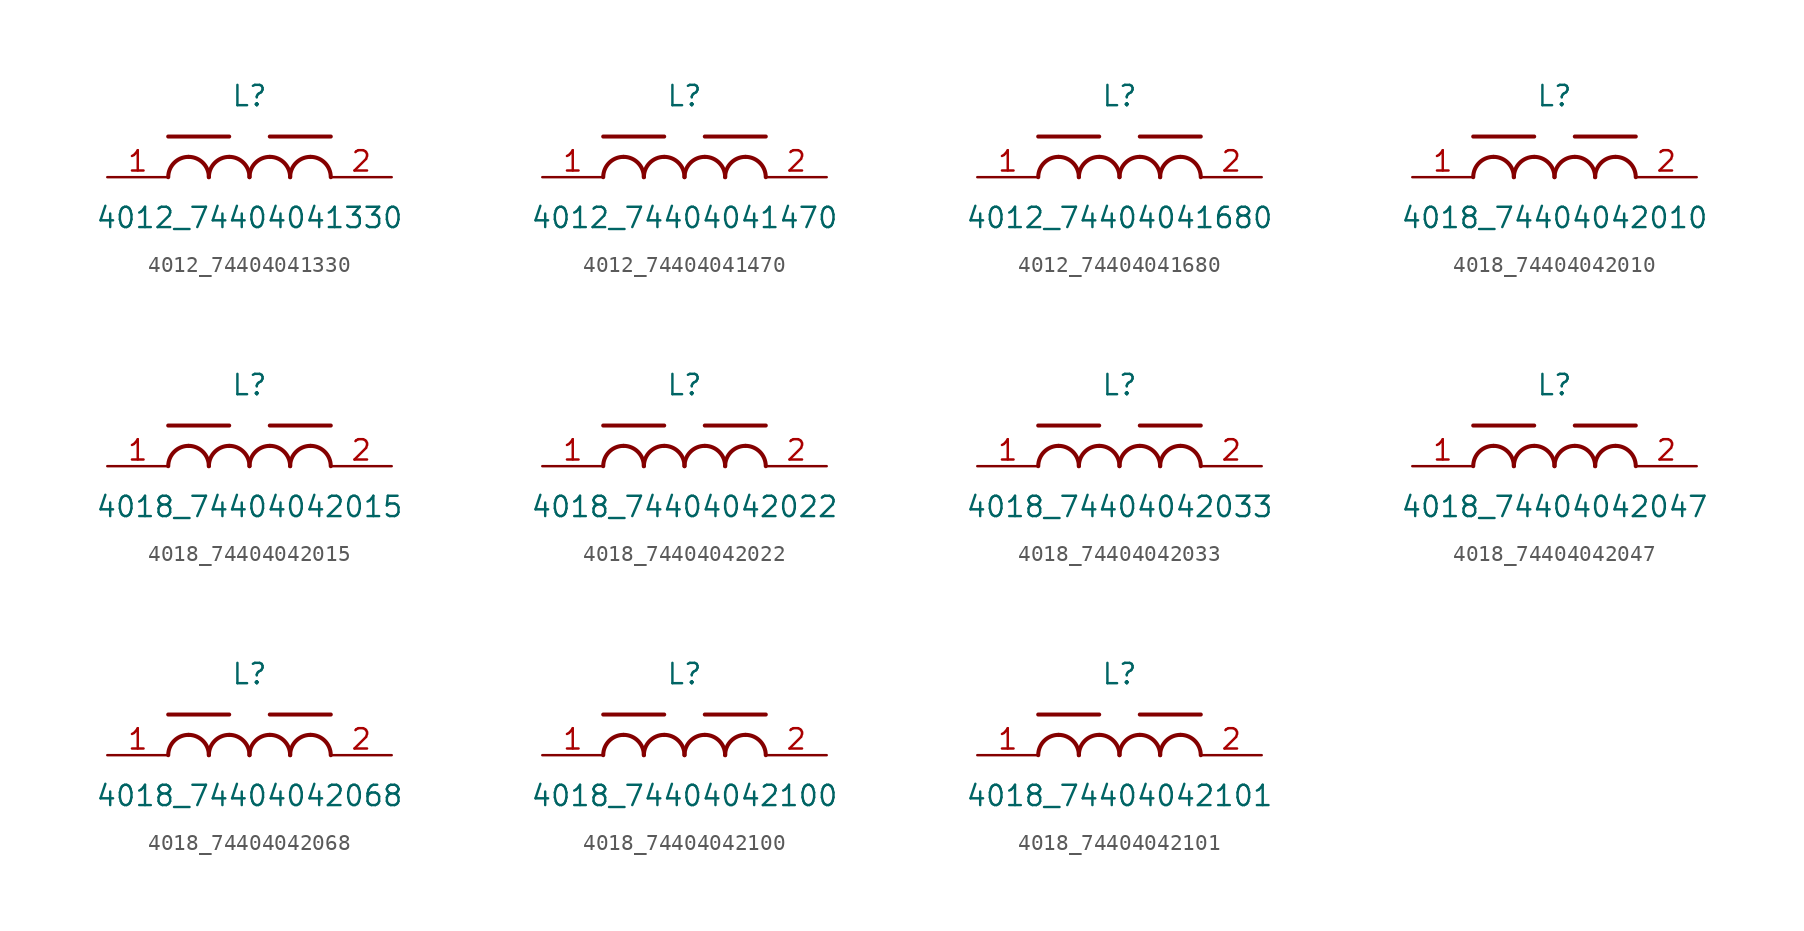
<source format=kicad_sym>
(kicad_symbol_lib
  (version 20211014)
  (generator kicad_symbol_editor)
  (symbol "Inductor_Wurth_WE-LQS:4012_74404041330"
    (pin_names hide)
    (property "Reference" "L"
      (at 0 5.08 0)
      (effects (font (size 1.27 1.27))))
    (property "Value" "4012_74404041330"
      (at 0 -2.54 0)
      (effects (font (size 1.27 1.27))))
    (symbol "4012_74404041330_0_1"
      (arc (start -3.81 1.27) (mid -4.708 0.898) (end -5.08 0) (stroke (width 0.254) (type default) (color 0 0 0 0)) (fill (type none)))
      (arc (start -2.54 0) (mid -2.912 0.898) (end -3.81 1.27) (stroke (width 0.254) (type default) (color 0 0 0 0)) (fill (type none)))
      (arc (start -1.2699 1.2701) (mid -2.1679 0.8981) (end -2.5399 0.0001) (stroke (width 0.254) (type default) (color 0 0 0 0)) (fill (type none)))
      (polyline (pts (xy -5.08 2.54) (xy -1.27 2.54)) (stroke (width 0.254) (type default) (color 0 0 0 0)) (fill (type none)))
      (polyline (pts (xy 5.08 2.54) (xy 1.27 2.54)) (stroke (width 0.254) (type default) (color 0 0 0 0)) (fill (type none)))
      (arc (start 0.0001 0.0001) (mid -0.3719 0.8981) (end -1.2699 1.2701) (stroke (width 0.254) (type default) (color 0 0 0 0)) (fill (type none)))
      (arc (start 1.2701 1.2701) (mid 0.3721 0.8981) (end 0.0001 0.0001) (stroke (width 0.254) (type default) (color 0 0 0 0)) (fill (type none)))
      (arc (start 2.5401 0.0001) (mid 2.1681 0.8981) (end 1.2701 1.2701) (stroke (width 0.254) (type default) (color 0 0 0 0)) (fill (type none)))
      (arc (start 3.8101 1.2701) (mid 2.9121 0.8981) (end 2.5401 0.0001) (stroke (width 0.254) (type default) (color 0 0 0 0)) (fill (type none)))
      (arc (start 5.0801 0.0001) (mid 4.7081 0.8981) (end 3.8101 1.2701) (stroke (width 0.254) (type default) (color 0 0 0 0)) (fill (type none))))
    (symbol "4012_74404041330_1_1"
      (pin passive line (at -8.89 0 0) (length 3.81) (name "1" (effects (font (size 1.27 1.27)))) (number "1" (effects (font (size 1.27 1.27)))))
      (pin passive line (at 8.89 0 180) (length 3.81) (name "2" (effects (font (size 1.27 1.27)))) (number "2" (effects (font (size 1.27 1.27)))))))
  (symbol "Inductor_Wurth_WE-LQS:4012_74404041470"
    (pin_names hide)
    (property "Reference" "L"
      (at 0 5.08 0)
      (effects (font (size 1.27 1.27))))
    (property "Value" "4012_74404041470"
      (at 0 -2.54 0)
      (effects (font (size 1.27 1.27))))
    (symbol "4012_74404041470_0_1"
      (arc (start -3.81 1.27) (mid -4.708 0.898) (end -5.08 0) (stroke (width 0.254) (type default) (color 0 0 0 0)) (fill (type none)))
      (arc (start -2.54 0) (mid -2.912 0.898) (end -3.81 1.27) (stroke (width 0.254) (type default) (color 0 0 0 0)) (fill (type none)))
      (arc (start -1.2699 1.2701) (mid -2.1679 0.8981) (end -2.5399 0.0001) (stroke (width 0.254) (type default) (color 0 0 0 0)) (fill (type none)))
      (polyline (pts (xy -5.08 2.54) (xy -1.27 2.54)) (stroke (width 0.254) (type default) (color 0 0 0 0)) (fill (type none)))
      (polyline (pts (xy 5.08 2.54) (xy 1.27 2.54)) (stroke (width 0.254) (type default) (color 0 0 0 0)) (fill (type none)))
      (arc (start 0.0001 0.0001) (mid -0.3719 0.8981) (end -1.2699 1.2701) (stroke (width 0.254) (type default) (color 0 0 0 0)) (fill (type none)))
      (arc (start 1.2701 1.2701) (mid 0.3721 0.8981) (end 0.0001 0.0001) (stroke (width 0.254) (type default) (color 0 0 0 0)) (fill (type none)))
      (arc (start 2.5401 0.0001) (mid 2.1681 0.8981) (end 1.2701 1.2701) (stroke (width 0.254) (type default) (color 0 0 0 0)) (fill (type none)))
      (arc (start 3.8101 1.2701) (mid 2.9121 0.8981) (end 2.5401 0.0001) (stroke (width 0.254) (type default) (color 0 0 0 0)) (fill (type none)))
      (arc (start 5.0801 0.0001) (mid 4.7081 0.8981) (end 3.8101 1.2701) (stroke (width 0.254) (type default) (color 0 0 0 0)) (fill (type none))))
    (symbol "4012_74404041470_1_1"
      (pin passive line (at -8.89 0 0) (length 3.81) (name "1" (effects (font (size 1.27 1.27)))) (number "1" (effects (font (size 1.27 1.27)))))
      (pin passive line (at 8.89 0 180) (length 3.81) (name "2" (effects (font (size 1.27 1.27)))) (number "2" (effects (font (size 1.27 1.27)))))))
  (symbol "Inductor_Wurth_WE-LQS:4012_74404041680"
    (pin_names hide)
    (property "Reference" "L"
      (at 0 5.08 0)
      (effects (font (size 1.27 1.27))))
    (property "Value" "4012_74404041680"
      (at 0 -2.54 0)
      (effects (font (size 1.27 1.27))))
    (symbol "4012_74404041680_0_1"
      (arc (start -3.81 1.27) (mid -4.708 0.898) (end -5.08 0) (stroke (width 0.254) (type default) (color 0 0 0 0)) (fill (type none)))
      (arc (start -2.54 0) (mid -2.912 0.898) (end -3.81 1.27) (stroke (width 0.254) (type default) (color 0 0 0 0)) (fill (type none)))
      (arc (start -1.2699 1.2701) (mid -2.1679 0.8981) (end -2.5399 0.0001) (stroke (width 0.254) (type default) (color 0 0 0 0)) (fill (type none)))
      (polyline (pts (xy -5.08 2.54) (xy -1.27 2.54)) (stroke (width 0.254) (type default) (color 0 0 0 0)) (fill (type none)))
      (polyline (pts (xy 5.08 2.54) (xy 1.27 2.54)) (stroke (width 0.254) (type default) (color 0 0 0 0)) (fill (type none)))
      (arc (start 0.0001 0.0001) (mid -0.3719 0.8981) (end -1.2699 1.2701) (stroke (width 0.254) (type default) (color 0 0 0 0)) (fill (type none)))
      (arc (start 1.2701 1.2701) (mid 0.3721 0.8981) (end 0.0001 0.0001) (stroke (width 0.254) (type default) (color 0 0 0 0)) (fill (type none)))
      (arc (start 2.5401 0.0001) (mid 2.1681 0.8981) (end 1.2701 1.2701) (stroke (width 0.254) (type default) (color 0 0 0 0)) (fill (type none)))
      (arc (start 3.8101 1.2701) (mid 2.9121 0.8981) (end 2.5401 0.0001) (stroke (width 0.254) (type default) (color 0 0 0 0)) (fill (type none)))
      (arc (start 5.0801 0.0001) (mid 4.7081 0.8981) (end 3.8101 1.2701) (stroke (width 0.254) (type default) (color 0 0 0 0)) (fill (type none))))
    (symbol "4012_74404041680_1_1"
      (pin passive line (at -8.89 0 0) (length 3.81) (name "1" (effects (font (size 1.27 1.27)))) (number "1" (effects (font (size 1.27 1.27)))))
      (pin passive line (at 8.89 0 180) (length 3.81) (name "2" (effects (font (size 1.27 1.27)))) (number "2" (effects (font (size 1.27 1.27)))))))
  (symbol "Inductor_Wurth_WE-LQS:4018_74404042010"
    (pin_names hide)
    (property "Reference" "L"
      (at 0 5.08 0)
      (effects (font (size 1.27 1.27))))
    (property "Value" "4018_74404042010"
      (at 0 -2.54 0)
      (effects (font (size 1.27 1.27))))
    (symbol "4018_74404042010_0_1"
      (arc (start -3.81 1.27) (mid -4.708 0.898) (end -5.08 0) (stroke (width 0.254) (type default) (color 0 0 0 0)) (fill (type none)))
      (arc (start -2.54 0) (mid -2.912 0.898) (end -3.81 1.27) (stroke (width 0.254) (type default) (color 0 0 0 0)) (fill (type none)))
      (arc (start -1.2699 1.2701) (mid -2.1679 0.8981) (end -2.5399 0.0001) (stroke (width 0.254) (type default) (color 0 0 0 0)) (fill (type none)))
      (polyline (pts (xy -5.08 2.54) (xy -1.27 2.54)) (stroke (width 0.254) (type default) (color 0 0 0 0)) (fill (type none)))
      (polyline (pts (xy 5.08 2.54) (xy 1.27 2.54)) (stroke (width 0.254) (type default) (color 0 0 0 0)) (fill (type none)))
      (arc (start 0.0001 0.0001) (mid -0.3719 0.8981) (end -1.2699 1.2701) (stroke (width 0.254) (type default) (color 0 0 0 0)) (fill (type none)))
      (arc (start 1.2701 1.2701) (mid 0.3721 0.8981) (end 0.0001 0.0001) (stroke (width 0.254) (type default) (color 0 0 0 0)) (fill (type none)))
      (arc (start 2.5401 0.0001) (mid 2.1681 0.8981) (end 1.2701 1.2701) (stroke (width 0.254) (type default) (color 0 0 0 0)) (fill (type none)))
      (arc (start 3.8101 1.2701) (mid 2.9121 0.8981) (end 2.5401 0.0001) (stroke (width 0.254) (type default) (color 0 0 0 0)) (fill (type none)))
      (arc (start 5.0801 0.0001) (mid 4.7081 0.8981) (end 3.8101 1.2701) (stroke (width 0.254) (type default) (color 0 0 0 0)) (fill (type none))))
    (symbol "4018_74404042010_1_1"
      (pin passive line (at -8.89 0 0) (length 3.81) (name "1" (effects (font (size 1.27 1.27)))) (number "1" (effects (font (size 1.27 1.27)))))
      (pin passive line (at 8.89 0 180) (length 3.81) (name "2" (effects (font (size 1.27 1.27)))) (number "2" (effects (font (size 1.27 1.27)))))))
  (symbol "Inductor_Wurth_WE-LQS:4018_74404042015"
    (pin_names hide)
    (property "Reference" "L"
      (at 0 5.08 0)
      (effects (font (size 1.27 1.27))))
    (property "Value" "4018_74404042015"
      (at 0 -2.54 0)
      (effects (font (size 1.27 1.27))))
    (symbol "4018_74404042015_0_1"
      (arc (start -3.81 1.27) (mid -4.708 0.898) (end -5.08 0) (stroke (width 0.254) (type default) (color 0 0 0 0)) (fill (type none)))
      (arc (start -2.54 0) (mid -2.912 0.898) (end -3.81 1.27) (stroke (width 0.254) (type default) (color 0 0 0 0)) (fill (type none)))
      (arc (start -1.2699 1.2701) (mid -2.1679 0.8981) (end -2.5399 0.0001) (stroke (width 0.254) (type default) (color 0 0 0 0)) (fill (type none)))
      (polyline (pts (xy -5.08 2.54) (xy -1.27 2.54)) (stroke (width 0.254) (type default) (color 0 0 0 0)) (fill (type none)))
      (polyline (pts (xy 5.08 2.54) (xy 1.27 2.54)) (stroke (width 0.254) (type default) (color 0 0 0 0)) (fill (type none)))
      (arc (start 0.0001 0.0001) (mid -0.3719 0.8981) (end -1.2699 1.2701) (stroke (width 0.254) (type default) (color 0 0 0 0)) (fill (type none)))
      (arc (start 1.2701 1.2701) (mid 0.3721 0.8981) (end 0.0001 0.0001) (stroke (width 0.254) (type default) (color 0 0 0 0)) (fill (type none)))
      (arc (start 2.5401 0.0001) (mid 2.1681 0.8981) (end 1.2701 1.2701) (stroke (width 0.254) (type default) (color 0 0 0 0)) (fill (type none)))
      (arc (start 3.8101 1.2701) (mid 2.9121 0.8981) (end 2.5401 0.0001) (stroke (width 0.254) (type default) (color 0 0 0 0)) (fill (type none)))
      (arc (start 5.0801 0.0001) (mid 4.7081 0.8981) (end 3.8101 1.2701) (stroke (width 0.254) (type default) (color 0 0 0 0)) (fill (type none))))
    (symbol "4018_74404042015_1_1"
      (pin passive line (at -8.89 0 0) (length 3.81) (name "1" (effects (font (size 1.27 1.27)))) (number "1" (effects (font (size 1.27 1.27)))))
      (pin passive line (at 8.89 0 180) (length 3.81) (name "2" (effects (font (size 1.27 1.27)))) (number "2" (effects (font (size 1.27 1.27)))))))
  (symbol "Inductor_Wurth_WE-LQS:4018_74404042022"
    (pin_names hide)
    (property "Reference" "L"
      (at 0 5.08 0)
      (effects (font (size 1.27 1.27))))
    (property "Value" "4018_74404042022"
      (at 0 -2.54 0)
      (effects (font (size 1.27 1.27))))
    (symbol "4018_74404042022_0_1"
      (arc (start -3.81 1.27) (mid -4.708 0.898) (end -5.08 0) (stroke (width 0.254) (type default) (color 0 0 0 0)) (fill (type none)))
      (arc (start -2.54 0) (mid -2.912 0.898) (end -3.81 1.27) (stroke (width 0.254) (type default) (color 0 0 0 0)) (fill (type none)))
      (arc (start -1.2699 1.2701) (mid -2.1679 0.8981) (end -2.5399 0.0001) (stroke (width 0.254) (type default) (color 0 0 0 0)) (fill (type none)))
      (polyline (pts (xy -5.08 2.54) (xy -1.27 2.54)) (stroke (width 0.254) (type default) (color 0 0 0 0)) (fill (type none)))
      (polyline (pts (xy 5.08 2.54) (xy 1.27 2.54)) (stroke (width 0.254) (type default) (color 0 0 0 0)) (fill (type none)))
      (arc (start 0.0001 0.0001) (mid -0.3719 0.8981) (end -1.2699 1.2701) (stroke (width 0.254) (type default) (color 0 0 0 0)) (fill (type none)))
      (arc (start 1.2701 1.2701) (mid 0.3721 0.8981) (end 0.0001 0.0001) (stroke (width 0.254) (type default) (color 0 0 0 0)) (fill (type none)))
      (arc (start 2.5401 0.0001) (mid 2.1681 0.8981) (end 1.2701 1.2701) (stroke (width 0.254) (type default) (color 0 0 0 0)) (fill (type none)))
      (arc (start 3.8101 1.2701) (mid 2.9121 0.8981) (end 2.5401 0.0001) (stroke (width 0.254) (type default) (color 0 0 0 0)) (fill (type none)))
      (arc (start 5.0801 0.0001) (mid 4.7081 0.8981) (end 3.8101 1.2701) (stroke (width 0.254) (type default) (color 0 0 0 0)) (fill (type none))))
    (symbol "4018_74404042022_1_1"
      (pin passive line (at -8.89 0 0) (length 3.81) (name "1" (effects (font (size 1.27 1.27)))) (number "1" (effects (font (size 1.27 1.27)))))
      (pin passive line (at 8.89 0 180) (length 3.81) (name "2" (effects (font (size 1.27 1.27)))) (number "2" (effects (font (size 1.27 1.27)))))))
  (symbol "Inductor_Wurth_WE-LQS:4018_74404042033"
    (pin_names hide)
    (property "Reference" "L"
      (at 0 5.08 0)
      (effects (font (size 1.27 1.27))))
    (property "Value" "4018_74404042033"
      (at 0 -2.54 0)
      (effects (font (size 1.27 1.27))))
    (symbol "4018_74404042033_0_1"
      (arc (start -3.81 1.27) (mid -4.708 0.898) (end -5.08 0) (stroke (width 0.254) (type default) (color 0 0 0 0)) (fill (type none)))
      (arc (start -2.54 0) (mid -2.912 0.898) (end -3.81 1.27) (stroke (width 0.254) (type default) (color 0 0 0 0)) (fill (type none)))
      (arc (start -1.2699 1.2701) (mid -2.1679 0.8981) (end -2.5399 0.0001) (stroke (width 0.254) (type default) (color 0 0 0 0)) (fill (type none)))
      (polyline (pts (xy -5.08 2.54) (xy -1.27 2.54)) (stroke (width 0.254) (type default) (color 0 0 0 0)) (fill (type none)))
      (polyline (pts (xy 5.08 2.54) (xy 1.27 2.54)) (stroke (width 0.254) (type default) (color 0 0 0 0)) (fill (type none)))
      (arc (start 0.0001 0.0001) (mid -0.3719 0.8981) (end -1.2699 1.2701) (stroke (width 0.254) (type default) (color 0 0 0 0)) (fill (type none)))
      (arc (start 1.2701 1.2701) (mid 0.3721 0.8981) (end 0.0001 0.0001) (stroke (width 0.254) (type default) (color 0 0 0 0)) (fill (type none)))
      (arc (start 2.5401 0.0001) (mid 2.1681 0.8981) (end 1.2701 1.2701) (stroke (width 0.254) (type default) (color 0 0 0 0)) (fill (type none)))
      (arc (start 3.8101 1.2701) (mid 2.9121 0.8981) (end 2.5401 0.0001) (stroke (width 0.254) (type default) (color 0 0 0 0)) (fill (type none)))
      (arc (start 5.0801 0.0001) (mid 4.7081 0.8981) (end 3.8101 1.2701) (stroke (width 0.254) (type default) (color 0 0 0 0)) (fill (type none))))
    (symbol "4018_74404042033_1_1"
      (pin passive line (at -8.89 0 0) (length 3.81) (name "1" (effects (font (size 1.27 1.27)))) (number "1" (effects (font (size 1.27 1.27)))))
      (pin passive line (at 8.89 0 180) (length 3.81) (name "2" (effects (font (size 1.27 1.27)))) (number "2" (effects (font (size 1.27 1.27)))))))
  (symbol "Inductor_Wurth_WE-LQS:4018_74404042047"
    (pin_names hide)
    (property "Reference" "L"
      (at 0 5.08 0)
      (effects (font (size 1.27 1.27))))
    (property "Value" "4018_74404042047"
      (at 0 -2.54 0)
      (effects (font (size 1.27 1.27))))
    (symbol "4018_74404042047_0_1"
      (arc (start -3.81 1.27) (mid -4.708 0.898) (end -5.08 0) (stroke (width 0.254) (type default) (color 0 0 0 0)) (fill (type none)))
      (arc (start -2.54 0) (mid -2.912 0.898) (end -3.81 1.27) (stroke (width 0.254) (type default) (color 0 0 0 0)) (fill (type none)))
      (arc (start -1.2699 1.2701) (mid -2.1679 0.8981) (end -2.5399 0.0001) (stroke (width 0.254) (type default) (color 0 0 0 0)) (fill (type none)))
      (polyline (pts (xy -5.08 2.54) (xy -1.27 2.54)) (stroke (width 0.254) (type default) (color 0 0 0 0)) (fill (type none)))
      (polyline (pts (xy 5.08 2.54) (xy 1.27 2.54)) (stroke (width 0.254) (type default) (color 0 0 0 0)) (fill (type none)))
      (arc (start 0.0001 0.0001) (mid -0.3719 0.8981) (end -1.2699 1.2701) (stroke (width 0.254) (type default) (color 0 0 0 0)) (fill (type none)))
      (arc (start 1.2701 1.2701) (mid 0.3721 0.8981) (end 0.0001 0.0001) (stroke (width 0.254) (type default) (color 0 0 0 0)) (fill (type none)))
      (arc (start 2.5401 0.0001) (mid 2.1681 0.8981) (end 1.2701 1.2701) (stroke (width 0.254) (type default) (color 0 0 0 0)) (fill (type none)))
      (arc (start 3.8101 1.2701) (mid 2.9121 0.8981) (end 2.5401 0.0001) (stroke (width 0.254) (type default) (color 0 0 0 0)) (fill (type none)))
      (arc (start 5.0801 0.0001) (mid 4.7081 0.8981) (end 3.8101 1.2701) (stroke (width 0.254) (type default) (color 0 0 0 0)) (fill (type none))))
    (symbol "4018_74404042047_1_1"
      (pin passive line (at -8.89 0 0) (length 3.81) (name "1" (effects (font (size 1.27 1.27)))) (number "1" (effects (font (size 1.27 1.27)))))
      (pin passive line (at 8.89 0 180) (length 3.81) (name "2" (effects (font (size 1.27 1.27)))) (number "2" (effects (font (size 1.27 1.27)))))))
  (symbol "Inductor_Wurth_WE-LQS:4018_74404042068"
    (pin_names hide)
    (property "Reference" "L"
      (at 0 5.08 0)
      (effects (font (size 1.27 1.27))))
    (property "Value" "4018_74404042068"
      (at 0 -2.54 0)
      (effects (font (size 1.27 1.27))))
    (symbol "4018_74404042068_0_1"
      (arc (start -3.81 1.27) (mid -4.708 0.898) (end -5.08 0) (stroke (width 0.254) (type default) (color 0 0 0 0)) (fill (type none)))
      (arc (start -2.54 0) (mid -2.912 0.898) (end -3.81 1.27) (stroke (width 0.254) (type default) (color 0 0 0 0)) (fill (type none)))
      (arc (start -1.2699 1.2701) (mid -2.1679 0.8981) (end -2.5399 0.0001) (stroke (width 0.254) (type default) (color 0 0 0 0)) (fill (type none)))
      (polyline (pts (xy -5.08 2.54) (xy -1.27 2.54)) (stroke (width 0.254) (type default) (color 0 0 0 0)) (fill (type none)))
      (polyline (pts (xy 5.08 2.54) (xy 1.27 2.54)) (stroke (width 0.254) (type default) (color 0 0 0 0)) (fill (type none)))
      (arc (start 0.0001 0.0001) (mid -0.3719 0.8981) (end -1.2699 1.2701) (stroke (width 0.254) (type default) (color 0 0 0 0)) (fill (type none)))
      (arc (start 1.2701 1.2701) (mid 0.3721 0.8981) (end 0.0001 0.0001) (stroke (width 0.254) (type default) (color 0 0 0 0)) (fill (type none)))
      (arc (start 2.5401 0.0001) (mid 2.1681 0.8981) (end 1.2701 1.2701) (stroke (width 0.254) (type default) (color 0 0 0 0)) (fill (type none)))
      (arc (start 3.8101 1.2701) (mid 2.9121 0.8981) (end 2.5401 0.0001) (stroke (width 0.254) (type default) (color 0 0 0 0)) (fill (type none)))
      (arc (start 5.0801 0.0001) (mid 4.7081 0.8981) (end 3.8101 1.2701) (stroke (width 0.254) (type default) (color 0 0 0 0)) (fill (type none))))
    (symbol "4018_74404042068_1_1"
      (pin passive line (at -8.89 0 0) (length 3.81) (name "1" (effects (font (size 1.27 1.27)))) (number "1" (effects (font (size 1.27 1.27)))))
      (pin passive line (at 8.89 0 180) (length 3.81) (name "2" (effects (font (size 1.27 1.27)))) (number "2" (effects (font (size 1.27 1.27)))))))
  (symbol "Inductor_Wurth_WE-LQS:4018_74404042100"
    (pin_names hide)
    (property "Reference" "L"
      (at 0 5.08 0)
      (effects (font (size 1.27 1.27))))
    (property "Value" "4018_74404042100"
      (at 0 -2.54 0)
      (effects (font (size 1.27 1.27))))
    (symbol "4018_74404042100_0_1"
      (arc (start -3.81 1.27) (mid -4.708 0.898) (end -5.08 0) (stroke (width 0.254) (type default) (color 0 0 0 0)) (fill (type none)))
      (arc (start -2.54 0) (mid -2.912 0.898) (end -3.81 1.27) (stroke (width 0.254) (type default) (color 0 0 0 0)) (fill (type none)))
      (arc (start -1.2699 1.2701) (mid -2.1679 0.8981) (end -2.5399 0.0001) (stroke (width 0.254) (type default) (color 0 0 0 0)) (fill (type none)))
      (polyline (pts (xy -5.08 2.54) (xy -1.27 2.54)) (stroke (width 0.254) (type default) (color 0 0 0 0)) (fill (type none)))
      (polyline (pts (xy 5.08 2.54) (xy 1.27 2.54)) (stroke (width 0.254) (type default) (color 0 0 0 0)) (fill (type none)))
      (arc (start 0.0001 0.0001) (mid -0.3719 0.8981) (end -1.2699 1.2701) (stroke (width 0.254) (type default) (color 0 0 0 0)) (fill (type none)))
      (arc (start 1.2701 1.2701) (mid 0.3721 0.8981) (end 0.0001 0.0001) (stroke (width 0.254) (type default) (color 0 0 0 0)) (fill (type none)))
      (arc (start 2.5401 0.0001) (mid 2.1681 0.8981) (end 1.2701 1.2701) (stroke (width 0.254) (type default) (color 0 0 0 0)) (fill (type none)))
      (arc (start 3.8101 1.2701) (mid 2.9121 0.8981) (end 2.5401 0.0001) (stroke (width 0.254) (type default) (color 0 0 0 0)) (fill (type none)))
      (arc (start 5.0801 0.0001) (mid 4.7081 0.8981) (end 3.8101 1.2701) (stroke (width 0.254) (type default) (color 0 0 0 0)) (fill (type none))))
    (symbol "4018_74404042100_1_1"
      (pin passive line (at -8.89 0 0) (length 3.81) (name "1" (effects (font (size 1.27 1.27)))) (number "1" (effects (font (size 1.27 1.27)))))
      (pin passive line (at 8.89 0 180) (length 3.81) (name "2" (effects (font (size 1.27 1.27)))) (number "2" (effects (font (size 1.27 1.27)))))))
  (symbol "Inductor_Wurth_WE-LQS:4018_74404042101"
    (pin_names hide)
    (property "Reference" "L"
      (at 0 5.08 0)
      (effects (font (size 1.27 1.27))))
    (property "Value" "4018_74404042101"
      (at 0 -2.54 0)
      (effects (font (size 1.27 1.27))))
    (symbol "4018_74404042101_0_1"
      (arc (start -3.81 1.27) (mid -4.708 0.898) (end -5.08 0) (stroke (width 0.254) (type default) (color 0 0 0 0)) (fill (type none)))
      (arc (start -2.54 0) (mid -2.912 0.898) (end -3.81 1.27) (stroke (width 0.254) (type default) (color 0 0 0 0)) (fill (type none)))
      (arc (start -1.2699 1.2701) (mid -2.1679 0.8981) (end -2.5399 0.0001) (stroke (width 0.254) (type default) (color 0 0 0 0)) (fill (type none)))
      (polyline (pts (xy -5.08 2.54) (xy -1.27 2.54)) (stroke (width 0.254) (type default) (color 0 0 0 0)) (fill (type none)))
      (polyline (pts (xy 5.08 2.54) (xy 1.27 2.54)) (stroke (width 0.254) (type default) (color 0 0 0 0)) (fill (type none)))
      (arc (start 0.0001 0.0001) (mid -0.3719 0.8981) (end -1.2699 1.2701) (stroke (width 0.254) (type default) (color 0 0 0 0)) (fill (type none)))
      (arc (start 1.2701 1.2701) (mid 0.3721 0.8981) (end 0.0001 0.0001) (stroke (width 0.254) (type default) (color 0 0 0 0)) (fill (type none)))
      (arc (start 2.5401 0.0001) (mid 2.1681 0.8981) (end 1.2701 1.2701) (stroke (width 0.254) (type default) (color 0 0 0 0)) (fill (type none)))
      (arc (start 3.8101 1.2701) (mid 2.9121 0.8981) (end 2.5401 0.0001) (stroke (width 0.254) (type default) (color 0 0 0 0)) (fill (type none)))
      (arc (start 5.0801 0.0001) (mid 4.7081 0.8981) (end 3.8101 1.2701) (stroke (width 0.254) (type default) (color 0 0 0 0)) (fill (type none))))
    (symbol "4018_74404042101_1_1"
      (pin passive line (at -8.89 0 0) (length 3.81) (name "1" (effects (font (size 1.27 1.27)))) (number "1" (effects (font (size 1.27 1.27)))))
      (pin passive line (at 8.89 0 180) (length 3.81) (name "2" (effects (font (size 1.27 1.27)))) (number "2" (effects (font (size 1.27 1.27))))))))
</source>
